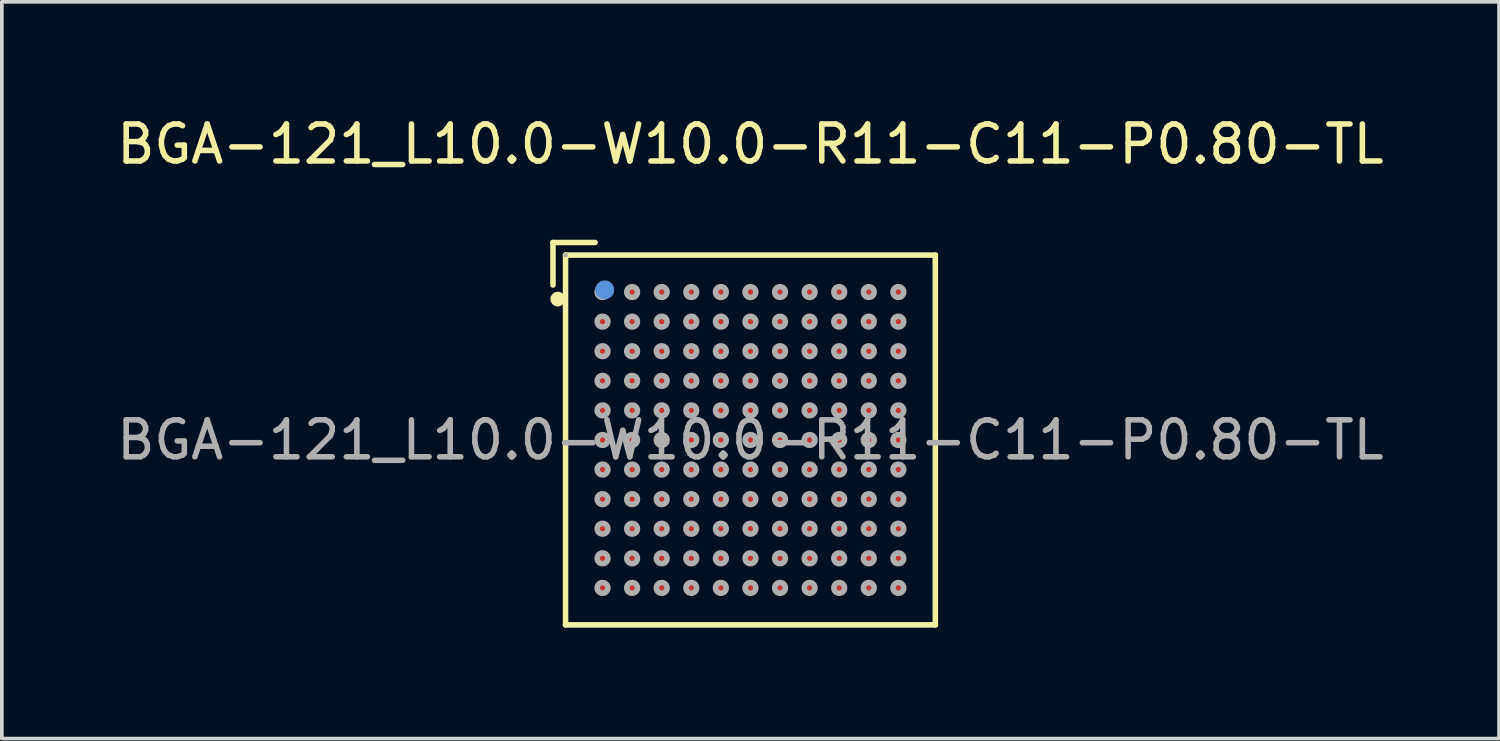
<source format=kicad_pcb>
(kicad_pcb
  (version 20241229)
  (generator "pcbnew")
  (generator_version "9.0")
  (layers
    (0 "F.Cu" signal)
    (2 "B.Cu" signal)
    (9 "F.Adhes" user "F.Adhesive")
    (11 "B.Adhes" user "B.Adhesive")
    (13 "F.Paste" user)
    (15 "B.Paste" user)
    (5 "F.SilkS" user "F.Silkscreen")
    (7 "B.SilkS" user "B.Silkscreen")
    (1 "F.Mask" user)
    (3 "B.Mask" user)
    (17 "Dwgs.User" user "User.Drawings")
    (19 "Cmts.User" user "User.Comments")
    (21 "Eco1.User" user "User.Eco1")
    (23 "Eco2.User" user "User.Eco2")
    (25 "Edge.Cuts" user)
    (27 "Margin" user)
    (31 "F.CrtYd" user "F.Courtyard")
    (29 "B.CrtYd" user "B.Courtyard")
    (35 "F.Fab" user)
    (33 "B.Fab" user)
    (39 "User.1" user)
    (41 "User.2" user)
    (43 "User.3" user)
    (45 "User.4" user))
  (footprint "BGA-121_L10.0-W10.0-R11-C11-P0.80-TL"
    (layer "F.Cu")
    (at 17.244 8.848)
    (property "Reference" "BGA-121_L10.0-W10.0-R11-C11-P0.80-TL" (at 0 -8 0) (layer "F.SilkS") (effects (font (size 1 1) (thickness 0.15))))
    (attr through_hole)
    (fp_line (start -5.34 -5.34) (end -5.34 -4.19) (stroke (width 0.15) (type solid)) (layer "F.SilkS"))
    (fp_line (start -5 -5) (end 5 -5) (stroke (width 0.15) (type solid)) (layer "F.SilkS"))
    (fp_line (start -5 5) (end -5 -5) (stroke (width 0.15) (type solid)) (layer "F.SilkS"))
    (fp_line (start -4.2 -5.34) (end -5.34 -5.34) (stroke (width 0.15) (type solid)) (layer "F.SilkS"))
    (fp_line (start 5 -5) (end 5 5) (stroke (width 0.15) (type solid)) (layer "F.SilkS"))
    (fp_line (start 5 5) (end -5 5) (stroke (width 0.15) (type solid)) (layer "F.SilkS"))
    (fp_arc (start -5.21 -3.81) (mid -5.21 -3.81) (end -5.21 -3.81) (stroke (width 0.2) (type solid)) (layer "F.SilkS"))
    (fp_circle (center -3.94 -4.06) (end -3.81 -4.06) (stroke (width 0.25) (type solid)) (fill no) (layer "Cmts.User"))
    (fp_circle (center -5 -5) (end -4.97 -5) (stroke (width 0.06) (type solid)) (fill no) (layer "F.Fab"))
    (fp_circle (center -4 -4) (end -3.93 -4) (stroke (width 0.15) (type solid)) (fill no) (layer "F.Fab"))
    (fp_circle (center -4 -3.2) (end -3.93 -3.2) (stroke (width 0.15) (type solid)) (fill no) (layer "F.Fab"))
    (fp_circle (center -4 -2.4) (end -3.93 -2.4) (stroke (width 0.15) (type solid)) (fill no) (layer "F.Fab"))
    (fp_circle (center -4 -1.6) (end -3.93 -1.6) (stroke (width 0.15) (type solid)) (fill no) (layer "F.Fab"))
    (fp_circle (center -4 -0.8) (end -3.93 -0.8) (stroke (width 0.15) (type solid)) (fill no) (layer "F.Fab"))
    (fp_circle (center -4 0) (end -3.93 0) (stroke (width 0.15) (type solid)) (fill no) (layer "F.Fab"))
    (fp_circle (center -4 0.8) (end -3.93 0.8) (stroke (width 0.15) (type solid)) (fill no) (layer "F.Fab"))
    (fp_circle (center -4 1.6) (end -3.93 1.6) (stroke (width 0.15) (type solid)) (fill no) (layer "F.Fab"))
    (fp_circle (center -4 2.4) (end -3.93 2.4) (stroke (width 0.15) (type solid)) (fill no) (layer "F.Fab"))
    (fp_circle (center -4 3.2) (end -3.93 3.2) (stroke (width 0.15) (type solid)) (fill no) (layer "F.Fab"))
    (fp_circle (center -4 4) (end -3.93 4) (stroke (width 0.15) (type solid)) (fill no) (layer "F.Fab"))
    (fp_circle (center -3.2 -4) (end -3.13 -4) (stroke (width 0.15) (type solid)) (fill no) (layer "F.Fab"))
    (fp_circle (center -3.2 -3.2) (end -3.13 -3.2) (stroke (width 0.15) (type solid)) (fill no) (layer "F.Fab"))
    (fp_circle (center -3.2 -2.4) (end -3.13 -2.4) (stroke (width 0.15) (type solid)) (fill no) (layer "F.Fab"))
    (fp_circle (center -3.2 -1.6) (end -3.13 -1.6) (stroke (width 0.15) (type solid)) (fill no) (layer "F.Fab"))
    (fp_circle (center -3.2 -0.8) (end -3.13 -0.8) (stroke (width 0.15) (type solid)) (fill no) (layer "F.Fab"))
    (fp_circle (center -3.2 0) (end -3.13 0) (stroke (width 0.15) (type solid)) (fill no) (layer "F.Fab"))
    (fp_circle (center -3.2 0.8) (end -3.13 0.8) (stroke (width 0.15) (type solid)) (fill no) (layer "F.Fab"))
    (fp_circle (center -3.2 1.6) (end -3.13 1.6) (stroke (width 0.15) (type solid)) (fill no) (layer "F.Fab"))
    (fp_circle (center -3.2 2.4) (end -3.13 2.4) (stroke (width 0.15) (type solid)) (fill no) (layer "F.Fab"))
    (fp_circle (center -3.2 3.2) (end -3.13 3.2) (stroke (width 0.15) (type solid)) (fill no) (layer "F.Fab"))
    (fp_circle (center -3.2 4) (end -3.13 4) (stroke (width 0.15) (type solid)) (fill no) (layer "F.Fab"))
    (fp_circle (center -2.4 -4) (end -2.33 -4) (stroke (width 0.15) (type solid)) (fill no) (layer "F.Fab"))
    (fp_circle (center -2.4 -3.2) (end -2.33 -3.2) (stroke (width 0.15) (type solid)) (fill no) (layer "F.Fab"))
    (fp_circle (center -2.4 -2.4) (end -2.33 -2.4) (stroke (width 0.15) (type solid)) (fill no) (layer "F.Fab"))
    (fp_circle (center -2.4 -1.6) (end -2.33 -1.6) (stroke (width 0.15) (type solid)) (fill no) (layer "F.Fab"))
    (fp_circle (center -2.4 -0.8) (end -2.33 -0.8) (stroke (width 0.15) (type solid)) (fill no) (layer "F.Fab"))
    (fp_circle (center -2.4 0) (end -2.33 0) (stroke (width 0.15) (type solid)) (fill no) (layer "F.Fab"))
    (fp_circle (center -2.4 0.8) (end -2.33 0.8) (stroke (width 0.15) (type solid)) (fill no) (layer "F.Fab"))
    (fp_circle (center -2.4 1.6) (end -2.33 1.6) (stroke (width 0.15) (type solid)) (fill no) (layer "F.Fab"))
    (fp_circle (center -2.4 2.4) (end -2.33 2.4) (stroke (width 0.15) (type solid)) (fill no) (layer "F.Fab"))
    (fp_circle (center -2.4 3.2) (end -2.33 3.2) (stroke (width 0.15) (type solid)) (fill no) (layer "F.Fab"))
    (fp_circle (center -2.4 4) (end -2.33 4) (stroke (width 0.15) (type solid)) (fill no) (layer "F.Fab"))
    (fp_circle (center -1.6 -4) (end -1.53 -4) (stroke (width 0.15) (type solid)) (fill no) (layer "F.Fab"))
    (fp_circle (center -1.6 -3.2) (end -1.53 -3.2) (stroke (width 0.15) (type solid)) (fill no) (layer "F.Fab"))
    (fp_circle (center -1.6 -2.4) (end -1.53 -2.4) (stroke (width 0.15) (type solid)) (fill no) (layer "F.Fab"))
    (fp_circle (center -1.6 -1.6) (end -1.53 -1.6) (stroke (width 0.15) (type solid)) (fill no) (layer "F.Fab"))
    (fp_circle (center -1.6 -0.8) (end -1.53 -0.8) (stroke (width 0.15) (type solid)) (fill no) (layer "F.Fab"))
    (fp_circle (center -1.6 0) (end -1.53 0) (stroke (width 0.15) (type solid)) (fill no) (layer "F.Fab"))
    (fp_circle (center -1.6 0.8) (end -1.53 0.8) (stroke (width 0.15) (type solid)) (fill no) (layer "F.Fab"))
    (fp_circle (center -1.6 1.6) (end -1.53 1.6) (stroke (width 0.15) (type solid)) (fill no) (layer "F.Fab"))
    (fp_circle (center -1.6 2.4) (end -1.53 2.4) (stroke (width 0.15) (type solid)) (fill no) (layer "F.Fab"))
    (fp_circle (center -1.6 3.2) (end -1.53 3.2) (stroke (width 0.15) (type solid)) (fill no) (layer "F.Fab"))
    (fp_circle (center -1.6 4) (end -1.53 4) (stroke (width 0.15) (type solid)) (fill no) (layer "F.Fab"))
    (fp_circle (center -0.8 -4) (end -0.73 -4) (stroke (width 0.15) (type solid)) (fill no) (layer "F.Fab"))
    (fp_circle (center -0.8 -3.2) (end -0.73 -3.2) (stroke (width 0.15) (type solid)) (fill no) (layer "F.Fab"))
    (fp_circle (center -0.8 -2.4) (end -0.73 -2.4) (stroke (width 0.15) (type solid)) (fill no) (layer "F.Fab"))
    (fp_circle (center -0.8 -1.6) (end -0.73 -1.6) (stroke (width 0.15) (type solid)) (fill no) (layer "F.Fab"))
    (fp_circle (center -0.8 -0.8) (end -0.73 -0.8) (stroke (width 0.15) (type solid)) (fill no) (layer "F.Fab"))
    (fp_circle (center -0.8 0) (end -0.73 0) (stroke (width 0.15) (type solid)) (fill no) (layer "F.Fab"))
    (fp_circle (center -0.8 0.8) (end -0.73 0.8) (stroke (width 0.15) (type solid)) (fill no) (layer "F.Fab"))
    (fp_circle (center -0.8 1.6) (end -0.73 1.6) (stroke (width 0.15) (type solid)) (fill no) (layer "F.Fab"))
    (fp_circle (center -0.8 2.4) (end -0.73 2.4) (stroke (width 0.15) (type solid)) (fill no) (layer "F.Fab"))
    (fp_circle (center -0.8 3.2) (end -0.73 3.2) (stroke (width 0.15) (type solid)) (fill no) (layer "F.Fab"))
    (fp_circle (center -0.8 4) (end -0.73 4) (stroke (width 0.15) (type solid)) (fill no) (layer "F.Fab"))
    (fp_circle (center 0 -4) (end 0.07 -4) (stroke (width 0.15) (type solid)) (fill no) (layer "F.Fab"))
    (fp_circle (center 0 -3.2) (end 0.07 -3.2) (stroke (width 0.15) (type solid)) (fill no) (layer "F.Fab"))
    (fp_circle (center 0 -2.4) (end 0.07 -2.4) (stroke (width 0.15) (type solid)) (fill no) (layer "F.Fab"))
    (fp_circle (center 0 -1.6) (end 0.07 -1.6) (stroke (width 0.15) (type solid)) (fill no) (layer "F.Fab"))
    (fp_circle (center 0 -0.8) (end 0.07 -0.8) (stroke (width 0.15) (type solid)) (fill no) (layer "F.Fab"))
    (fp_circle (center 0 0) (end 0.07 0) (stroke (width 0.15) (type solid)) (fill no) (layer "F.Fab"))
    (fp_circle (center 0 0.8) (end 0.07 0.8) (stroke (width 0.15) (type solid)) (fill no) (layer "F.Fab"))
    (fp_circle (center 0 1.6) (end 0.07 1.6) (stroke (width 0.15) (type solid)) (fill no) (layer "F.Fab"))
    (fp_circle (center 0 2.4) (end 0.07 2.4) (stroke (width 0.15) (type solid)) (fill no) (layer "F.Fab"))
    (fp_circle (center 0 3.2) (end 0.07 3.2) (stroke (width 0.15) (type solid)) (fill no) (layer "F.Fab"))
    (fp_circle (center 0 4) (end 0.07 4) (stroke (width 0.15) (type solid)) (fill no) (layer "F.Fab"))
    (fp_circle (center 0.8 -4) (end 0.87 -4) (stroke (width 0.15) (type solid)) (fill no) (layer "F.Fab"))
    (fp_circle (center 0.8 -3.2) (end 0.87 -3.2) (stroke (width 0.15) (type solid)) (fill no) (layer "F.Fab"))
    (fp_circle (center 0.8 -2.4) (end 0.87 -2.4) (stroke (width 0.15) (type solid)) (fill no) (layer "F.Fab"))
    (fp_circle (center 0.8 -1.6) (end 0.87 -1.6) (stroke (width 0.15) (type solid)) (fill no) (layer "F.Fab"))
    (fp_circle (center 0.8 -0.8) (end 0.87 -0.8) (stroke (width 0.15) (type solid)) (fill no) (layer "F.Fab"))
    (fp_circle (center 0.8 0) (end 0.87 0) (stroke (width 0.15) (type solid)) (fill no) (layer "F.Fab"))
    (fp_circle (center 0.8 0.8) (end 0.87 0.8) (stroke (width 0.15) (type solid)) (fill no) (layer "F.Fab"))
    (fp_circle (center 0.8 1.6) (end 0.87 1.6) (stroke (width 0.15) (type solid)) (fill no) (layer "F.Fab"))
    (fp_circle (center 0.8 2.4) (end 0.87 2.4) (stroke (width 0.15) (type solid)) (fill no) (layer "F.Fab"))
    (fp_circle (center 0.8 3.2) (end 0.87 3.2) (stroke (width 0.15) (type solid)) (fill no) (layer "F.Fab"))
    (fp_circle (center 0.8 4) (end 0.87 4) (stroke (width 0.15) (type solid)) (fill no) (layer "F.Fab"))
    (fp_circle (center 1.6 -4) (end 1.67 -4) (stroke (width 0.15) (type solid)) (fill no) (layer "F.Fab"))
    (fp_circle (center 1.6 -3.2) (end 1.67 -3.2) (stroke (width 0.15) (type solid)) (fill no) (layer "F.Fab"))
    (fp_circle (center 1.6 -2.4) (end 1.67 -2.4) (stroke (width 0.15) (type solid)) (fill no) (layer "F.Fab"))
    (fp_circle (center 1.6 -1.6) (end 1.67 -1.6) (stroke (width 0.15) (type solid)) (fill no) (layer "F.Fab"))
    (fp_circle (center 1.6 -0.8) (end 1.67 -0.8) (stroke (width 0.15) (type solid)) (fill no) (layer "F.Fab"))
    (fp_circle (center 1.6 0) (end 1.67 0) (stroke (width 0.15) (type solid)) (fill no) (layer "F.Fab"))
    (fp_circle (center 1.6 0.8) (end 1.67 0.8) (stroke (width 0.15) (type solid)) (fill no) (layer "F.Fab"))
    (fp_circle (center 1.6 1.6) (end 1.67 1.6) (stroke (width 0.15) (type solid)) (fill no) (layer "F.Fab"))
    (fp_circle (center 1.6 2.4) (end 1.67 2.4) (stroke (width 0.15) (type solid)) (fill no) (layer "F.Fab"))
    (fp_circle (center 1.6 3.2) (end 1.67 3.2) (stroke (width 0.15) (type solid)) (fill no) (layer "F.Fab"))
    (fp_circle (center 1.6 4) (end 1.67 4) (stroke (width 0.15) (type solid)) (fill no) (layer "F.Fab"))
    (fp_circle (center 2.4 -4) (end 2.47 -4) (stroke (width 0.15) (type solid)) (fill no) (layer "F.Fab"))
    (fp_circle (center 2.4 -3.2) (end 2.47 -3.2) (stroke (width 0.15) (type solid)) (fill no) (layer "F.Fab"))
    (fp_circle (center 2.4 -2.4) (end 2.47 -2.4) (stroke (width 0.15) (type solid)) (fill no) (layer "F.Fab"))
    (fp_circle (center 2.4 -1.6) (end 2.47 -1.6) (stroke (width 0.15) (type solid)) (fill no) (layer "F.Fab"))
    (fp_circle (center 2.4 -0.8) (end 2.47 -0.8) (stroke (width 0.15) (type solid)) (fill no) (layer "F.Fab"))
    (fp_circle (center 2.4 0) (end 2.47 0) (stroke (width 0.15) (type solid)) (fill no) (layer "F.Fab"))
    (fp_circle (center 2.4 0.8) (end 2.47 0.8) (stroke (width 0.15) (type solid)) (fill no) (layer "F.Fab"))
    (fp_circle (center 2.4 1.6) (end 2.47 1.6) (stroke (width 0.15) (type solid)) (fill no) (layer "F.Fab"))
    (fp_circle (center 2.4 2.4) (end 2.47 2.4) (stroke (width 0.15) (type solid)) (fill no) (layer "F.Fab"))
    (fp_circle (center 2.4 3.2) (end 2.47 3.2) (stroke (width 0.15) (type solid)) (fill no) (layer "F.Fab"))
    (fp_circle (center 2.4 4) (end 2.47 4) (stroke (width 0.15) (type solid)) (fill no) (layer "F.Fab"))
    (fp_circle (center 3.2 -4) (end 3.27 -4) (stroke (width 0.15) (type solid)) (fill no) (layer "F.Fab"))
    (fp_circle (center 3.2 -3.2) (end 3.27 -3.2) (stroke (width 0.15) (type solid)) (fill no) (layer "F.Fab"))
    (fp_circle (center 3.2 -2.4) (end 3.27 -2.4) (stroke (width 0.15) (type solid)) (fill no) (layer "F.Fab"))
    (fp_circle (center 3.2 -1.6) (end 3.27 -1.6) (stroke (width 0.15) (type solid)) (fill no) (layer "F.Fab"))
    (fp_circle (center 3.2 -0.8) (end 3.27 -0.8) (stroke (width 0.15) (type solid)) (fill no) (layer "F.Fab"))
    (fp_circle (center 3.2 0) (end 3.27 0) (stroke (width 0.15) (type solid)) (fill no) (layer "F.Fab"))
    (fp_circle (center 3.2 0.8) (end 3.27 0.8) (stroke (width 0.15) (type solid)) (fill no) (layer "F.Fab"))
    (fp_circle (center 3.2 1.6) (end 3.27 1.6) (stroke (width 0.15) (type solid)) (fill no) (layer "F.Fab"))
    (fp_circle (center 3.2 2.4) (end 3.27 2.4) (stroke (width 0.15) (type solid)) (fill no) (layer "F.Fab"))
    (fp_circle (center 3.2 3.2) (end 3.27 3.2) (stroke (width 0.15) (type solid)) (fill no) (layer "F.Fab"))
    (fp_circle (center 3.2 4) (end 3.27 4) (stroke (width 0.15) (type solid)) (fill no) (layer "F.Fab"))
    (fp_circle (center 4 -4) (end 4.07 -4) (stroke (width 0.15) (type solid)) (fill no) (layer "F.Fab"))
    (fp_circle (center 4 -3.2) (end 4.07 -3.2) (stroke (width 0.15) (type solid)) (fill no) (layer "F.Fab"))
    (fp_circle (center 4 -2.4) (end 4.07 -2.4) (stroke (width 0.15) (type solid)) (fill no) (layer "F.Fab"))
    (fp_circle (center 4 -1.6) (end 4.07 -1.6) (stroke (width 0.15) (type solid)) (fill no) (layer "F.Fab"))
    (fp_circle (center 4 -0.8) (end 4.07 -0.8) (stroke (width 0.15) (type solid)) (fill no) (layer "F.Fab"))
    (fp_circle (center 4 0) (end 4.07 0) (stroke (width 0.15) (type solid)) (fill no) (layer "F.Fab"))
    (fp_circle (center 4 0.8) (end 4.07 0.8) (stroke (width 0.15) (type solid)) (fill no) (layer "F.Fab"))
    (fp_circle (center 4 1.6) (end 4.07 1.6) (stroke (width 0.15) (type solid)) (fill no) (layer "F.Fab"))
    (fp_circle (center 4 2.4) (end 4.07 2.4) (stroke (width 0.15) (type solid)) (fill no) (layer "F.Fab"))
    (fp_circle (center 4 3.2) (end 4.07 3.2) (stroke (width 0.15) (type solid)) (fill no) (layer "F.Fab"))
    (fp_circle (center 4 4) (end 4.07 4) (stroke (width 0.15) (type solid)) (fill no) (layer "F.Fab"))
    (fp_text user "${REFERENCE}" (at 0 0 0) (layer "F.Fab") (effects (font (size 1 1) (thickness 0.15))))
    (pad "A1" smd circle (at -4 -4) (size 0.4 0.4) (layers "F.Cu" "F.Mask" "F.Paste"))
    (pad "A2" smd circle (at -3.2 -4) (size 0.4 0.4) (layers "F.Cu" "F.Mask" "F.Paste"))
    (pad "A3" smd circle (at -2.4 -4) (size 0.4 0.4) (layers "F.Cu" "F.Mask" "F.Paste"))
    (pad "A4" smd circle (at -1.6 -4) (size 0.4 0.4) (layers "F.Cu" "F.Mask" "F.Paste"))
    (pad "A5" smd circle (at -0.8 -4) (size 0.4 0.4) (layers "F.Cu" "F.Mask" "F.Paste"))
    (pad "A6" smd circle (at 0 -4) (size 0.4 0.4) (layers "F.Cu" "F.Mask" "F.Paste"))
    (pad "A7" smd circle (at 0.8 -4) (size 0.4 0.4) (layers "F.Cu" "F.Mask" "F.Paste"))
    (pad "A8" smd circle (at 1.6 -4) (size 0.4 0.4) (layers "F.Cu" "F.Mask" "F.Paste"))
    (pad "A9" smd circle (at 2.4 -4) (size 0.4 0.4) (layers "F.Cu" "F.Mask" "F.Paste"))
    (pad "A10" smd circle (at 3.2 -4) (size 0.4 0.4) (layers "F.Cu" "F.Mask" "F.Paste"))
    (pad "A11" smd circle (at 4 -4) (size 0.4 0.4) (layers "F.Cu" "F.Mask" "F.Paste"))
    (pad "B1" smd circle (at -4 -3.2) (size 0.4 0.4) (layers "F.Cu" "F.Mask" "F.Paste"))
    (pad "B2" smd circle (at -3.2 -3.2) (size 0.4 0.4) (layers "F.Cu" "F.Mask" "F.Paste"))
    (pad "B3" smd circle (at -2.4 -3.2) (size 0.4 0.4) (layers "F.Cu" "F.Mask" "F.Paste"))
    (pad "B4" smd circle (at -1.6 -3.2) (size 0.4 0.4) (layers "F.Cu" "F.Mask" "F.Paste"))
    (pad "B5" smd circle (at -0.8 -3.2) (size 0.4 0.4) (layers "F.Cu" "F.Mask" "F.Paste"))
    (pad "B6" smd circle (at 0 -3.2) (size 0.4 0.4) (layers "F.Cu" "F.Mask" "F.Paste"))
    (pad "B7" smd circle (at 0.8 -3.2) (size 0.4 0.4) (layers "F.Cu" "F.Mask" "F.Paste"))
    (pad "B8" smd circle (at 1.6 -3.2) (size 0.4 0.4) (layers "F.Cu" "F.Mask" "F.Paste"))
    (pad "B9" smd circle (at 2.4 -3.2) (size 0.4 0.4) (layers "F.Cu" "F.Mask" "F.Paste"))
    (pad "B10" smd circle (at 3.2 -3.2) (size 0.4 0.4) (layers "F.Cu" "F.Mask" "F.Paste"))
    (pad "B11" smd circle (at 4 -3.2) (size 0.4 0.4) (layers "F.Cu" "F.Mask" "F.Paste"))
    (pad "C1" smd circle (at -4 -2.4) (size 0.4 0.4) (layers "F.Cu" "F.Mask" "F.Paste"))
    (pad "C2" smd circle (at -3.2 -2.4) (size 0.4 0.4) (layers "F.Cu" "F.Mask" "F.Paste"))
    (pad "C3" smd circle (at -2.4 -2.4) (size 0.4 0.4) (layers "F.Cu" "F.Mask" "F.Paste"))
    (pad "C4" smd circle (at -1.6 -2.4) (size 0.4 0.4) (layers "F.Cu" "F.Mask" "F.Paste"))
    (pad "C5" smd circle (at -0.8 -2.4) (size 0.4 0.4) (layers "F.Cu" "F.Mask" "F.Paste"))
    (pad "C6" smd circle (at 0 -2.4) (size 0.4 0.4) (layers "F.Cu" "F.Mask" "F.Paste"))
    (pad "C7" smd circle (at 0.8 -2.4) (size 0.4 0.4) (layers "F.Cu" "F.Mask" "F.Paste"))
    (pad "C8" smd circle (at 1.6 -2.4) (size 0.4 0.4) (layers "F.Cu" "F.Mask" "F.Paste"))
    (pad "C9" smd circle (at 2.4 -2.4) (size 0.4 0.4) (layers "F.Cu" "F.Mask" "F.Paste"))
    (pad "C10" smd circle (at 3.2 -2.4) (size 0.4 0.4) (layers "F.Cu" "F.Mask" "F.Paste"))
    (pad "C11" smd circle (at 4 -2.4) (size 0.4 0.4) (layers "F.Cu" "F.Mask" "F.Paste"))
    (pad "D1" smd circle (at -4 -1.6) (size 0.4 0.4) (layers "F.Cu" "F.Mask" "F.Paste"))
    (pad "D2" smd circle (at -3.2 -1.6) (size 0.4 0.4) (layers "F.Cu" "F.Mask" "F.Paste"))
    (pad "D3" smd circle (at -2.4 -1.6) (size 0.4 0.4) (layers "F.Cu" "F.Mask" "F.Paste"))
    (pad "D4" smd circle (at -1.6 -1.6) (size 0.4 0.4) (layers "F.Cu" "F.Mask" "F.Paste"))
    (pad "D5" smd circle (at -0.8 -1.6) (size 0.4 0.4) (layers "F.Cu" "F.Mask" "F.Paste"))
    (pad "D6" smd circle (at 0 -1.6) (size 0.4 0.4) (layers "F.Cu" "F.Mask" "F.Paste"))
    (pad "D7" smd circle (at 0.8 -1.6) (size 0.4 0.4) (layers "F.Cu" "F.Mask" "F.Paste"))
    (pad "D8" smd circle (at 1.6 -1.6) (size 0.4 0.4) (layers "F.Cu" "F.Mask" "F.Paste"))
    (pad "D9" smd circle (at 2.4 -1.6) (size 0.4 0.4) (layers "F.Cu" "F.Mask" "F.Paste"))
    (pad "D10" smd circle (at 3.2 -1.6) (size 0.4 0.4) (layers "F.Cu" "F.Mask" "F.Paste"))
    (pad "D11" smd circle (at 4 -1.6) (size 0.4 0.4) (layers "F.Cu" "F.Mask" "F.Paste"))
    (pad "E1" smd circle (at -4 -0.8) (size 0.4 0.4) (layers "F.Cu" "F.Mask" "F.Paste"))
    (pad "E2" smd circle (at -3.2 -0.8) (size 0.4 0.4) (layers "F.Cu" "F.Mask" "F.Paste"))
    (pad "E3" smd circle (at -2.4 -0.8) (size 0.4 0.4) (layers "F.Cu" "F.Mask" "F.Paste"))
    (pad "E4" smd circle (at -1.6 -0.8) (size 0.4 0.4) (layers "F.Cu" "F.Mask" "F.Paste"))
    (pad "E5" smd circle (at -0.8 -0.8) (size 0.4 0.4) (layers "F.Cu" "F.Mask" "F.Paste"))
    (pad "E6" smd circle (at 0 -0.8) (size 0.4 0.4) (layers "F.Cu" "F.Mask" "F.Paste"))
    (pad "E7" smd circle (at 0.8 -0.8) (size 0.4 0.4) (layers "F.Cu" "F.Mask" "F.Paste"))
    (pad "E8" smd circle (at 1.6 -0.8) (size 0.4 0.4) (layers "F.Cu" "F.Mask" "F.Paste"))
    (pad "E9" smd circle (at 2.4 -0.8) (size 0.4 0.4) (layers "F.Cu" "F.Mask" "F.Paste"))
    (pad "E10" smd circle (at 3.2 -0.8) (size 0.4 0.4) (layers "F.Cu" "F.Mask" "F.Paste"))
    (pad "E11" smd circle (at 4 -0.8) (size 0.4 0.4) (layers "F.Cu" "F.Mask" "F.Paste"))
    (pad "F1" smd circle (at -4 0) (size 0.4 0.4) (layers "F.Cu" "F.Mask" "F.Paste"))
    (pad "F2" smd circle (at -3.2 0) (size 0.4 0.4) (layers "F.Cu" "F.Mask" "F.Paste"))
    (pad "F3" smd circle (at -2.4 0) (size 0.4 0.4) (layers "F.Cu" "F.Mask" "F.Paste"))
    (pad "F4" smd circle (at -1.6 0) (size 0.4 0.4) (layers "F.Cu" "F.Mask" "F.Paste"))
    (pad "F5" smd circle (at -0.8 0) (size 0.4 0.4) (layers "F.Cu" "F.Mask" "F.Paste"))
    (pad "F6" smd circle (at 0 0) (size 0.4 0.4) (layers "F.Cu" "F.Mask" "F.Paste"))
    (pad "F7" smd circle (at 0.8 0) (size 0.4 0.4) (layers "F.Cu" "F.Mask" "F.Paste"))
    (pad "F8" smd circle (at 1.6 0) (size 0.4 0.4) (layers "F.Cu" "F.Mask" "F.Paste"))
    (pad "F9" smd circle (at 2.4 0) (size 0.4 0.4) (layers "F.Cu" "F.Mask" "F.Paste"))
    (pad "F10" smd circle (at 3.2 0) (size 0.4 0.4) (layers "F.Cu" "F.Mask" "F.Paste"))
    (pad "F11" smd circle (at 4 0) (size 0.4 0.4) (layers "F.Cu" "F.Mask" "F.Paste"))
    (pad "G1" smd circle (at -4 0.8) (size 0.4 0.4) (layers "F.Cu" "F.Mask" "F.Paste"))
    (pad "G2" smd circle (at -3.2 0.8) (size 0.4 0.4) (layers "F.Cu" "F.Mask" "F.Paste"))
    (pad "G3" smd circle (at -2.4 0.8) (size 0.4 0.4) (layers "F.Cu" "F.Mask" "F.Paste"))
    (pad "G4" smd circle (at -1.6 0.8) (size 0.4 0.4) (layers "F.Cu" "F.Mask" "F.Paste"))
    (pad "G5" smd circle (at -0.8 0.8) (size 0.4 0.4) (layers "F.Cu" "F.Mask" "F.Paste"))
    (pad "G6" smd circle (at 0 0.8) (size 0.4 0.4) (layers "F.Cu" "F.Mask" "F.Paste"))
    (pad "G7" smd circle (at 0.8 0.8) (size 0.4 0.4) (layers "F.Cu" "F.Mask" "F.Paste"))
    (pad "G8" smd circle (at 1.6 0.8) (size 0.4 0.4) (layers "F.Cu" "F.Mask" "F.Paste"))
    (pad "G9" smd circle (at 2.4 0.8) (size 0.4 0.4) (layers "F.Cu" "F.Mask" "F.Paste"))
    (pad "G10" smd circle (at 3.2 0.8) (size 0.4 0.4) (layers "F.Cu" "F.Mask" "F.Paste"))
    (pad "G11" smd circle (at 4 0.8) (size 0.4 0.4) (layers "F.Cu" "F.Mask" "F.Paste"))
    (pad "H1" smd circle (at -4 1.6) (size 0.4 0.4) (layers "F.Cu" "F.Mask" "F.Paste"))
    (pad "H2" smd circle (at -3.2 1.6) (size 0.4 0.4) (layers "F.Cu" "F.Mask" "F.Paste"))
    (pad "H3" smd circle (at -2.4 1.6) (size 0.4 0.4) (layers "F.Cu" "F.Mask" "F.Paste"))
    (pad "H4" smd circle (at -1.6 1.6) (size 0.4 0.4) (layers "F.Cu" "F.Mask" "F.Paste"))
    (pad "H5" smd circle (at -0.8 1.6) (size 0.4 0.4) (layers "F.Cu" "F.Mask" "F.Paste"))
    (pad "H6" smd circle (at 0 1.6) (size 0.4 0.4) (layers "F.Cu" "F.Mask" "F.Paste"))
    (pad "H7" smd circle (at 0.8 1.6) (size 0.4 0.4) (layers "F.Cu" "F.Mask" "F.Paste"))
    (pad "H8" smd circle (at 1.6 1.6) (size 0.4 0.4) (layers "F.Cu" "F.Mask" "F.Paste"))
    (pad "H9" smd circle (at 2.4 1.6) (size 0.4 0.4) (layers "F.Cu" "F.Mask" "F.Paste"))
    (pad "H10" smd circle (at 3.2 1.6) (size 0.4 0.4) (layers "F.Cu" "F.Mask" "F.Paste"))
    (pad "H11" smd circle (at 4 1.6) (size 0.4 0.4) (layers "F.Cu" "F.Mask" "F.Paste"))
    (pad "J1" smd circle (at -4 2.4) (size 0.4 0.4) (layers "F.Cu" "F.Mask" "F.Paste"))
    (pad "J2" smd circle (at -3.2 2.4) (size 0.4 0.4) (layers "F.Cu" "F.Mask" "F.Paste"))
    (pad "J3" smd circle (at -2.4 2.4) (size 0.4 0.4) (layers "F.Cu" "F.Mask" "F.Paste"))
    (pad "J4" smd circle (at -1.6 2.4) (size 0.4 0.4) (layers "F.Cu" "F.Mask" "F.Paste"))
    (pad "J5" smd circle (at -0.8 2.4) (size 0.4 0.4) (layers "F.Cu" "F.Mask" "F.Paste"))
    (pad "J6" smd circle (at 0 2.4) (size 0.4 0.4) (layers "F.Cu" "F.Mask" "F.Paste"))
    (pad "J7" smd circle (at 0.8 2.4) (size 0.4 0.4) (layers "F.Cu" "F.Mask" "F.Paste"))
    (pad "J8" smd circle (at 1.6 2.4) (size 0.4 0.4) (layers "F.Cu" "F.Mask" "F.Paste"))
    (pad "J9" smd circle (at 2.4 2.4) (size 0.4 0.4) (layers "F.Cu" "F.Mask" "F.Paste"))
    (pad "J10" smd circle (at 3.2 2.4) (size 0.4 0.4) (layers "F.Cu" "F.Mask" "F.Paste"))
    (pad "J11" smd circle (at 4 2.4) (size 0.4 0.4) (layers "F.Cu" "F.Mask" "F.Paste"))
    (pad "K1" smd circle (at -4 3.2) (size 0.4 0.4) (layers "F.Cu" "F.Mask" "F.Paste"))
    (pad "K2" smd circle (at -3.2 3.2) (size 0.4 0.4) (layers "F.Cu" "F.Mask" "F.Paste"))
    (pad "K3" smd circle (at -2.4 3.2) (size 0.4 0.4) (layers "F.Cu" "F.Mask" "F.Paste"))
    (pad "K4" smd circle (at -1.6 3.2) (size 0.4 0.4) (layers "F.Cu" "F.Mask" "F.Paste"))
    (pad "K5" smd circle (at -0.8 3.2) (size 0.4 0.4) (layers "F.Cu" "F.Mask" "F.Paste"))
    (pad "K6" smd circle (at 0 3.2) (size 0.4 0.4) (layers "F.Cu" "F.Mask" "F.Paste"))
    (pad "K7" smd circle (at 0.8 3.2) (size 0.4 0.4) (layers "F.Cu" "F.Mask" "F.Paste"))
    (pad "K8" smd circle (at 1.6 3.2) (size 0.4 0.4) (layers "F.Cu" "F.Mask" "F.Paste"))
    (pad "K9" smd circle (at 2.4 3.2) (size 0.4 0.4) (layers "F.Cu" "F.Mask" "F.Paste"))
    (pad "K10" smd circle (at 3.2 3.2) (size 0.4 0.4) (layers "F.Cu" "F.Mask" "F.Paste"))
    (pad "K11" smd circle (at 4 3.2) (size 0.4 0.4) (layers "F.Cu" "F.Mask" "F.Paste"))
    (pad "L1" smd circle (at -4 4) (size 0.4 0.4) (layers "F.Cu" "F.Mask" "F.Paste"))
    (pad "L2" smd circle (at -3.2 4) (size 0.4 0.4) (layers "F.Cu" "F.Mask" "F.Paste"))
    (pad "L3" smd circle (at -2.4 4) (size 0.4 0.4) (layers "F.Cu" "F.Mask" "F.Paste"))
    (pad "L4" smd circle (at -1.6 4) (size 0.4 0.4) (layers "F.Cu" "F.Mask" "F.Paste"))
    (pad "L5" smd circle (at -0.8 4) (size 0.4 0.4) (layers "F.Cu" "F.Mask" "F.Paste"))
    (pad "L6" smd circle (at 0 4) (size 0.4 0.4) (layers "F.Cu" "F.Mask" "F.Paste"))
    (pad "L7" smd circle (at 0.8 4) (size 0.4 0.4) (layers "F.Cu" "F.Mask" "F.Paste"))
    (pad "L8" smd circle (at 1.6 4) (size 0.4 0.4) (layers "F.Cu" "F.Mask" "F.Paste"))
    (pad "L9" smd circle (at 2.4 4) (size 0.4 0.4) (layers "F.Cu" "F.Mask" "F.Paste"))
    (pad "L10" smd circle (at 3.2 4) (size 0.4 0.4) (layers "F.Cu" "F.Mask" "F.Paste"))
    (pad "L11" smd circle (at 4 4) (size 0.4 0.4) (layers "F.Cu" "F.Mask" "F.Paste")))
  (gr_rect
    (start -3 -3)
    (end 37.488 16.923)
    (stroke (width 0.1) (type default))
    (fill no)
    (layer "Edge.Cuts")))
</source>
